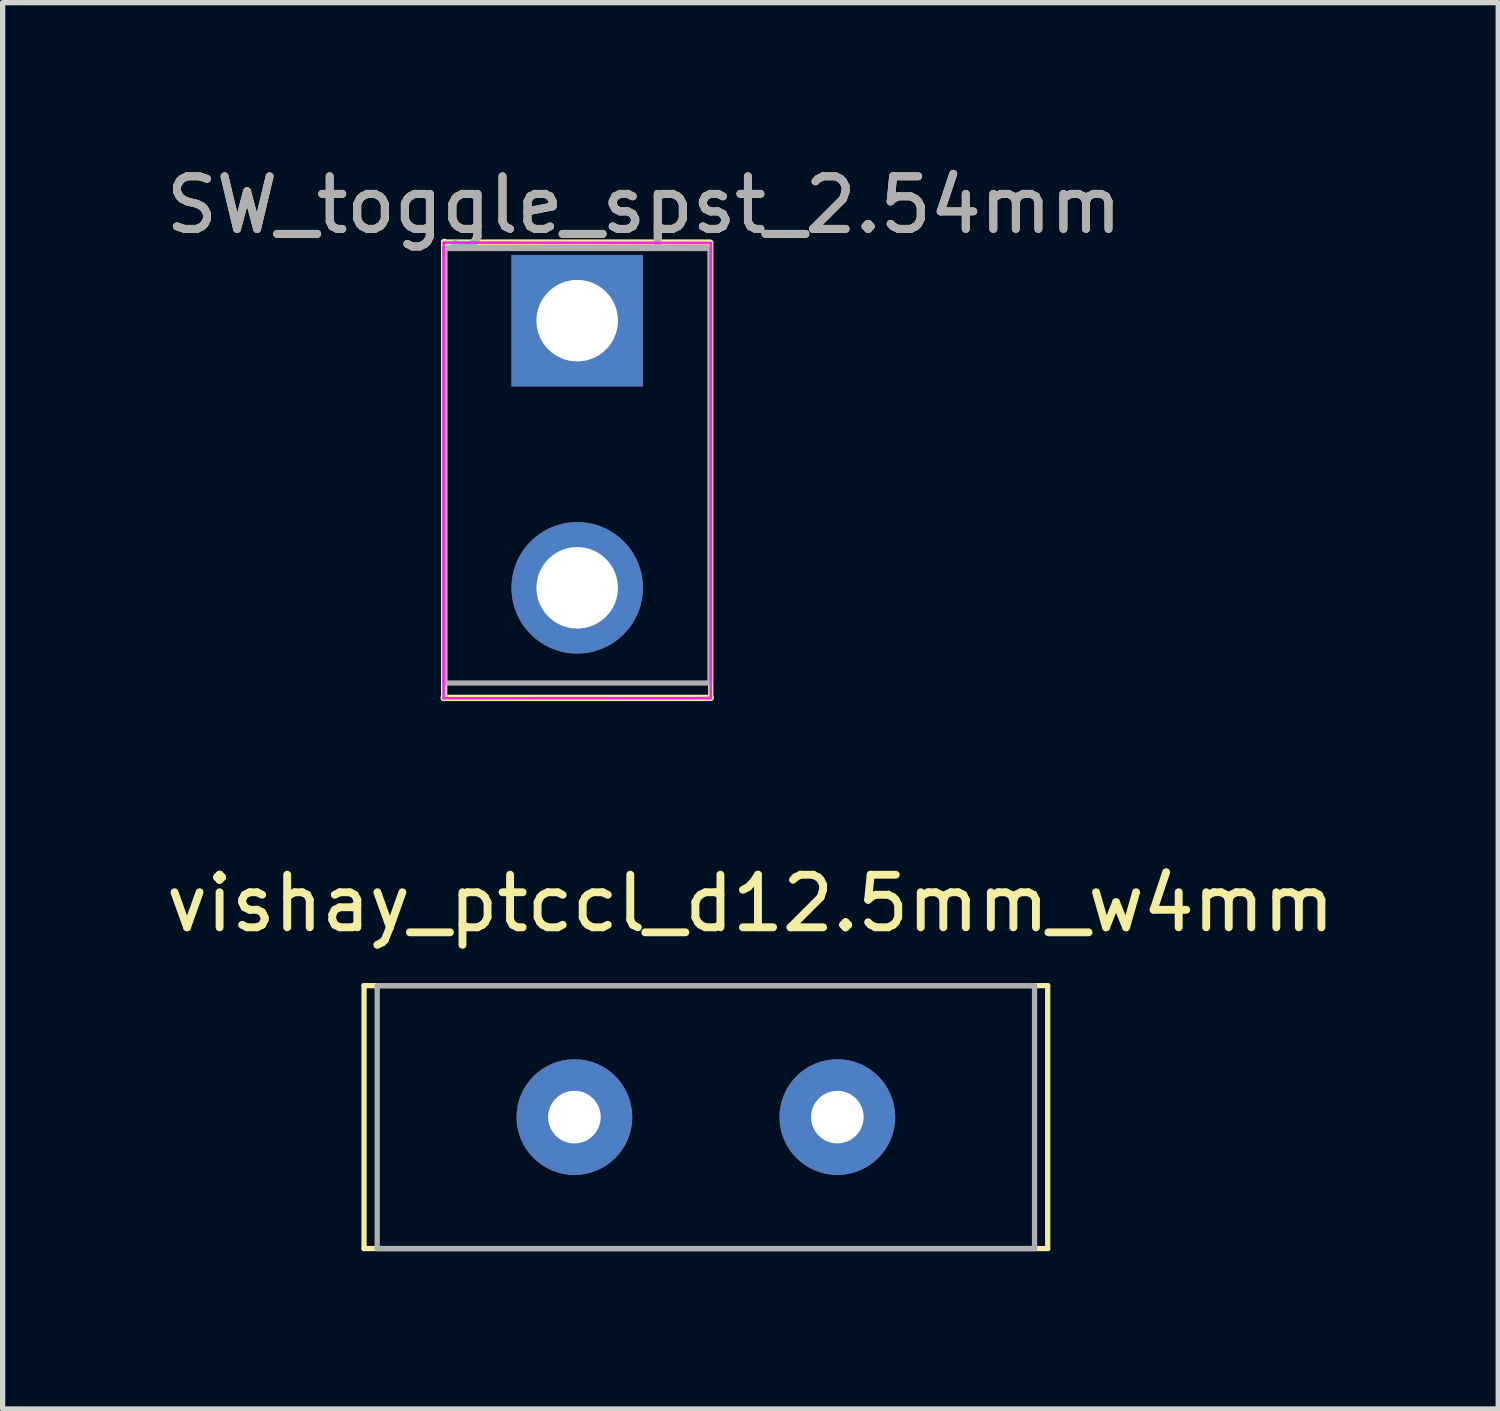
<source format=kicad_pcb>
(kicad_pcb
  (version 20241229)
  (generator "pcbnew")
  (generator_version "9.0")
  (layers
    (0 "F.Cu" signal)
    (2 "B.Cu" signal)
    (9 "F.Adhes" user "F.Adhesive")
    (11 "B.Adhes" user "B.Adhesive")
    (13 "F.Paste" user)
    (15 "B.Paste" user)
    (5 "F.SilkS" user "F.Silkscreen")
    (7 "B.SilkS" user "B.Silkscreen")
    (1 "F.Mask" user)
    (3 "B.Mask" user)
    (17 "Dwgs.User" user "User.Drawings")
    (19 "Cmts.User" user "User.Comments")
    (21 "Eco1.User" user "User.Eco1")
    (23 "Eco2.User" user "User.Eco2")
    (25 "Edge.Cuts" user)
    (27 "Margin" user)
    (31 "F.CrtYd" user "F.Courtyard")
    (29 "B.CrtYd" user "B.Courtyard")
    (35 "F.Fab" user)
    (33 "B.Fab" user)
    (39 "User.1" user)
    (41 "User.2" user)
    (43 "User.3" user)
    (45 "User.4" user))
  (footprint "SW_toggle_spst_2.54mm"
    (layer "F.Cu")
    (at 7.926 3.048)
    (property "Reference" "SW_toggle_spst_2.54mm" (at 1.27 -2.2 0) (layer "F.SilkS") (effects (font (size 1 1) (thickness 0.15))))
    (attr through_hole)
    (fp_line (start -2.54 7.173) (end 2.54 7.173) (stroke (width 0.12) (type solid)) (layer "F.SilkS"))
    (fp_line (start -2.53 7.173) (end -2.53 -1.499) (stroke (width 0.12) (type solid)) (layer "F.SilkS"))
    (fp_line (start -2.512 -1.485) (end 2.528 -1.485) (stroke (width 0.12) (type solid)) (layer "F.SilkS"))
    (fp_line (start 2.54 -1.483) (end 2.54 7.178) (stroke (width 0.1) (type solid)) (layer "F.SilkS"))
    (fp_line (start -2.54 7.18) (end -2.54 -1.485) (stroke (width 0.05) (type solid)) (layer "F.CrtYd"))
    (fp_line (start -2.54 7.18) (end 2.54 7.178) (stroke (width 0.05) (type solid)) (layer "F.CrtYd"))
    (fp_line (start 2.54 -1.478) (end -2.53 -1.485) (stroke (width 0.05) (type solid)) (layer "F.CrtYd"))
    (fp_line (start 2.54 -1.473) (end 2.54 7.178) (stroke (width 0.05) (type solid)) (layer "F.CrtYd"))
    (fp_line (start -2.52 -1.372) (end 2.52 -1.372) (stroke (width 0.1) (type solid)) (layer "F.Fab"))
    (fp_line (start -2.52 6.888) (end -2.52 -1.361) (stroke (width 0.1) (type solid)) (layer "F.Fab"))
    (fp_line (start -2.52 6.89) (end 2.52 6.89) (stroke (width 0.1) (type solid)) (layer "F.Fab"))
    (fp_line (start 2.525 6.894) (end 2.525 -1.361) (stroke (width 0.1) (type solid)) (layer "F.Fab"))
    (fp_text user "${REFERENCE}" (at 1.27 -2.2 0) (layer "F.Fab") (effects (font (size 1 1) (thickness 0.15))))
    (pad "1" thru_hole rect (at 0 0) (size 2.5 2.5) (drill 1.55) (layers "*.Cu" "*.Mask"))
    (pad "3" thru_hole circle (at 0 5.08) (size 2.5 2.5) (drill 1.55) (layers "*.Cu" "*.Mask")))
  (footprint "vishay_ptccl_d12.5mm_w4mm"
    (layer "F.Cu")
    (at 7.873 18.193)
    (property "Reference" "vishay_ptccl_d12.5mm_w4mm" (at 3.348 -4.064 0) (layer "F.SilkS") (effects (font (size 1 1) (thickness 0.15))))
    (attr through_hole)
    (fp_line (start -4 -2.5) (end -4 2.5) (stroke (width 0.1) (type solid)) (layer "F.SilkS"))
    (fp_line (start -4 2.5) (end 9 2.5) (stroke (width 0.1) (type solid)) (layer "F.SilkS"))
    (fp_line (start 9 -2.5) (end -4 -2.5) (stroke (width 0.1) (type solid)) (layer "F.SilkS"))
    (fp_line (start 9 -2.5) (end 9 2.5) (stroke (width 0.1) (type solid)) (layer "F.SilkS"))
    (fp_line (start -3.75 2.5) (end -3.75 -2.5) (stroke (width 0.1) (type solid)) (layer "F.Fab"))
    (fp_line (start -3.75 2.5) (end 8.75 2.5) (stroke (width 0.1) (type solid)) (layer "F.Fab"))
    (fp_line (start 8.75 -2.5) (end -3.75 -2.5) (stroke (width 0.1) (type solid)) (layer "F.Fab"))
    (fp_line (start 8.75 2.5) (end 8.75 -2.5) (stroke (width 0.1) (type solid)) (layer "F.Fab"))
    (pad "1" thru_hole circle (at 0 0) (size 2.2 2.2) (drill 1) (layers "*.Cu" "*.Mask"))
    (pad "2" thru_hole circle (at 5 0) (size 2.2 2.2) (drill 1) (layers "*.Cu" "*.Mask")))
  (gr_rect
    (start -3 -3)
    (end 25.44 23.743)
    (stroke (width 0.1) (type default))
    (fill no)
    (layer "Edge.Cuts")))
</source>
